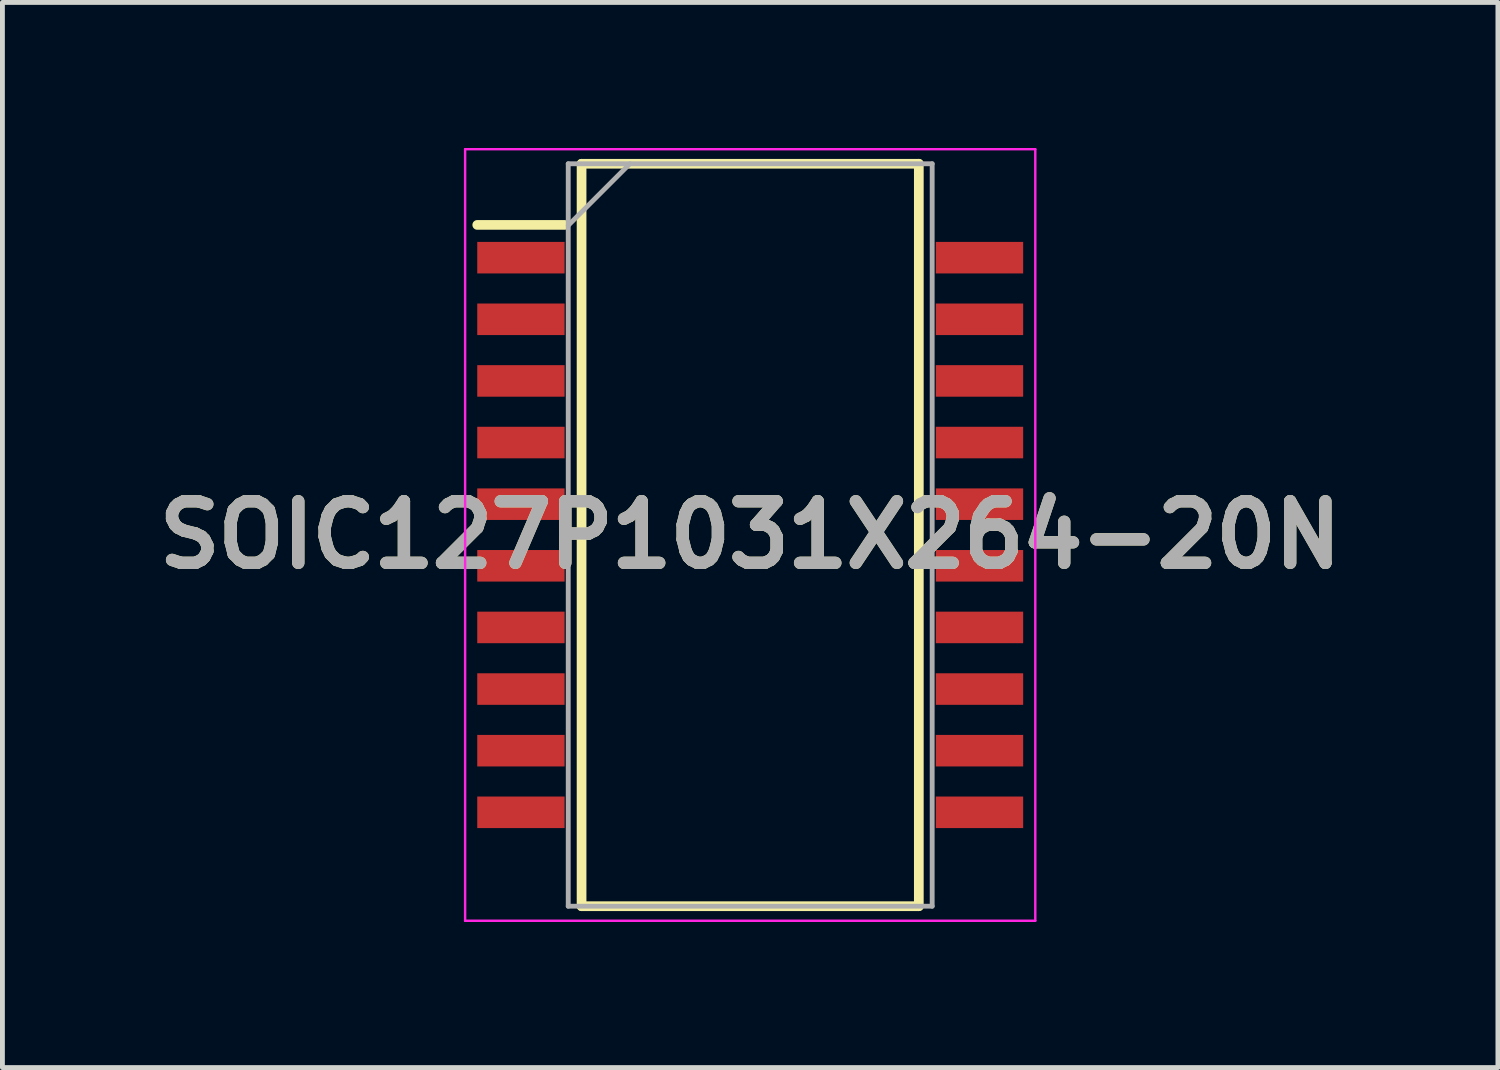
<source format=kicad_pcb>
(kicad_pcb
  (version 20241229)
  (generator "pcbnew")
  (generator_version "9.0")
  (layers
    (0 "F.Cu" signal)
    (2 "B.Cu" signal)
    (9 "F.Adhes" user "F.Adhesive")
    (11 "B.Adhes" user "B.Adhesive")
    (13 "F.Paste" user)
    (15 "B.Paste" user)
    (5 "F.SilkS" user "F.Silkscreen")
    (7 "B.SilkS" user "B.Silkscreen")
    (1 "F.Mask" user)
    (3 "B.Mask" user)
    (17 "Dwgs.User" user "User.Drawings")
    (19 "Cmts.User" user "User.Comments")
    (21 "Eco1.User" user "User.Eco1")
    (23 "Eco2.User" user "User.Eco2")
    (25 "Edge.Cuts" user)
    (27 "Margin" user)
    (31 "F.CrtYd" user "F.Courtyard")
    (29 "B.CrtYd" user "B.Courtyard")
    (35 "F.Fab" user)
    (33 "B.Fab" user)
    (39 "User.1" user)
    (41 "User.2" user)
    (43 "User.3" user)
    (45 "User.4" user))
  (footprint "SOIC127P1031X264-20N"
    (layer "F.Cu")
    (at 12.41 7.975)
    (property "Reference" "SOIC127P1031X264-20N" (at 0 0 0) (layer "F.SilkS") (effects (font (size 1.27 1.27) (thickness 0.254))))
    (attr smd)
    (fp_line (start -5.625 -6.39) (end -3.825 -6.39) (stroke (width 0.2) (type solid)) (layer "F.SilkS"))
    (fp_line (start -3.475 -7.65) (end 3.475 -7.65) (stroke (width 0.2) (type solid)) (layer "F.SilkS"))
    (fp_line (start -3.475 7.65) (end -3.475 -7.65) (stroke (width 0.2) (type solid)) (layer "F.SilkS"))
    (fp_line (start 3.475 -7.65) (end 3.475 7.65) (stroke (width 0.2) (type solid)) (layer "F.SilkS"))
    (fp_line (start 3.475 7.65) (end -3.475 7.65) (stroke (width 0.2) (type solid)) (layer "F.SilkS"))
    (fp_line (start -5.875 -7.95) (end 5.875 -7.95) (stroke (width 0.05) (type solid)) (layer "F.CrtYd"))
    (fp_line (start -5.875 7.95) (end -5.875 -7.95) (stroke (width 0.05) (type solid)) (layer "F.CrtYd"))
    (fp_line (start 5.875 -7.95) (end 5.875 7.95) (stroke (width 0.05) (type solid)) (layer "F.CrtYd"))
    (fp_line (start 5.875 7.95) (end -5.875 7.95) (stroke (width 0.05) (type solid)) (layer "F.CrtYd"))
    (fp_line (start -3.75 -7.65) (end 3.75 -7.65) (stroke (width 0.1) (type solid)) (layer "F.Fab"))
    (fp_line (start -3.75 -6.38) (end -2.48 -7.65) (stroke (width 0.1) (type solid)) (layer "F.Fab"))
    (fp_line (start -3.75 7.65) (end -3.75 -7.65) (stroke (width 0.1) (type solid)) (layer "F.Fab"))
    (fp_line (start 3.75 -7.65) (end 3.75 7.65) (stroke (width 0.1) (type solid)) (layer "F.Fab"))
    (fp_line (start 3.75 7.65) (end -3.75 7.65) (stroke (width 0.1) (type solid)) (layer "F.Fab"))
    (fp_text user "${REFERENCE}" (at 0 0 0) (layer "F.Fab") (effects (font (size 1.27 1.27) (thickness 0.254))))
    (pad "1" smd rect (at -4.725 -5.715 90) (size 0.65 1.8) (layers "F.Cu" "F.Mask" "F.Paste"))
    (pad "2" smd rect (at -4.725 -4.445 90) (size 0.65 1.8) (layers "F.Cu" "F.Mask" "F.Paste"))
    (pad "3" smd rect (at -4.725 -3.175 90) (size 0.65 1.8) (layers "F.Cu" "F.Mask" "F.Paste"))
    (pad "4" smd rect (at -4.725 -1.905 90) (size 0.65 1.8) (layers "F.Cu" "F.Mask" "F.Paste"))
    (pad "5" smd rect (at -4.725 -0.635 90) (size 0.65 1.8) (layers "F.Cu" "F.Mask" "F.Paste"))
    (pad "6" smd rect (at -4.725 0.635 90) (size 0.65 1.8) (layers "F.Cu" "F.Mask" "F.Paste"))
    (pad "7" smd rect (at -4.725 1.905 90) (size 0.65 1.8) (layers "F.Cu" "F.Mask" "F.Paste"))
    (pad "8" smd rect (at -4.725 3.175 90) (size 0.65 1.8) (layers "F.Cu" "F.Mask" "F.Paste"))
    (pad "9" smd rect (at -4.725 4.445 90) (size 0.65 1.8) (layers "F.Cu" "F.Mask" "F.Paste"))
    (pad "10" smd rect (at -4.725 5.715 90) (size 0.65 1.8) (layers "F.Cu" "F.Mask" "F.Paste"))
    (pad "11" smd rect (at 4.725 5.715 90) (size 0.65 1.8) (layers "F.Cu" "F.Mask" "F.Paste"))
    (pad "12" smd rect (at 4.725 4.445 90) (size 0.65 1.8) (layers "F.Cu" "F.Mask" "F.Paste"))
    (pad "13" smd rect (at 4.725 3.175 90) (size 0.65 1.8) (layers "F.Cu" "F.Mask" "F.Paste"))
    (pad "14" smd rect (at 4.725 1.905 90) (size 0.65 1.8) (layers "F.Cu" "F.Mask" "F.Paste"))
    (pad "15" smd rect (at 4.725 0.635 90) (size 0.65 1.8) (layers "F.Cu" "F.Mask" "F.Paste"))
    (pad "16" smd rect (at 4.725 -0.635 90) (size 0.65 1.8) (layers "F.Cu" "F.Mask" "F.Paste"))
    (pad "17" smd rect (at 4.725 -1.905 90) (size 0.65 1.8) (layers "F.Cu" "F.Mask" "F.Paste"))
    (pad "18" smd rect (at 4.725 -3.175 90) (size 0.65 1.8) (layers "F.Cu" "F.Mask" "F.Paste"))
    (pad "19" smd rect (at 4.725 -4.445 90) (size 0.65 1.8) (layers "F.Cu" "F.Mask" "F.Paste"))
    (pad "20" smd rect (at 4.725 -5.715 90) (size 0.65 1.8) (layers "F.Cu" "F.Mask" "F.Paste")))
  (gr_rect
    (start -3 -3)
    (end 27.819 18.95)
    (stroke (width 0.1) (type default))
    (fill no)
    (layer "Edge.Cuts")))
</source>
